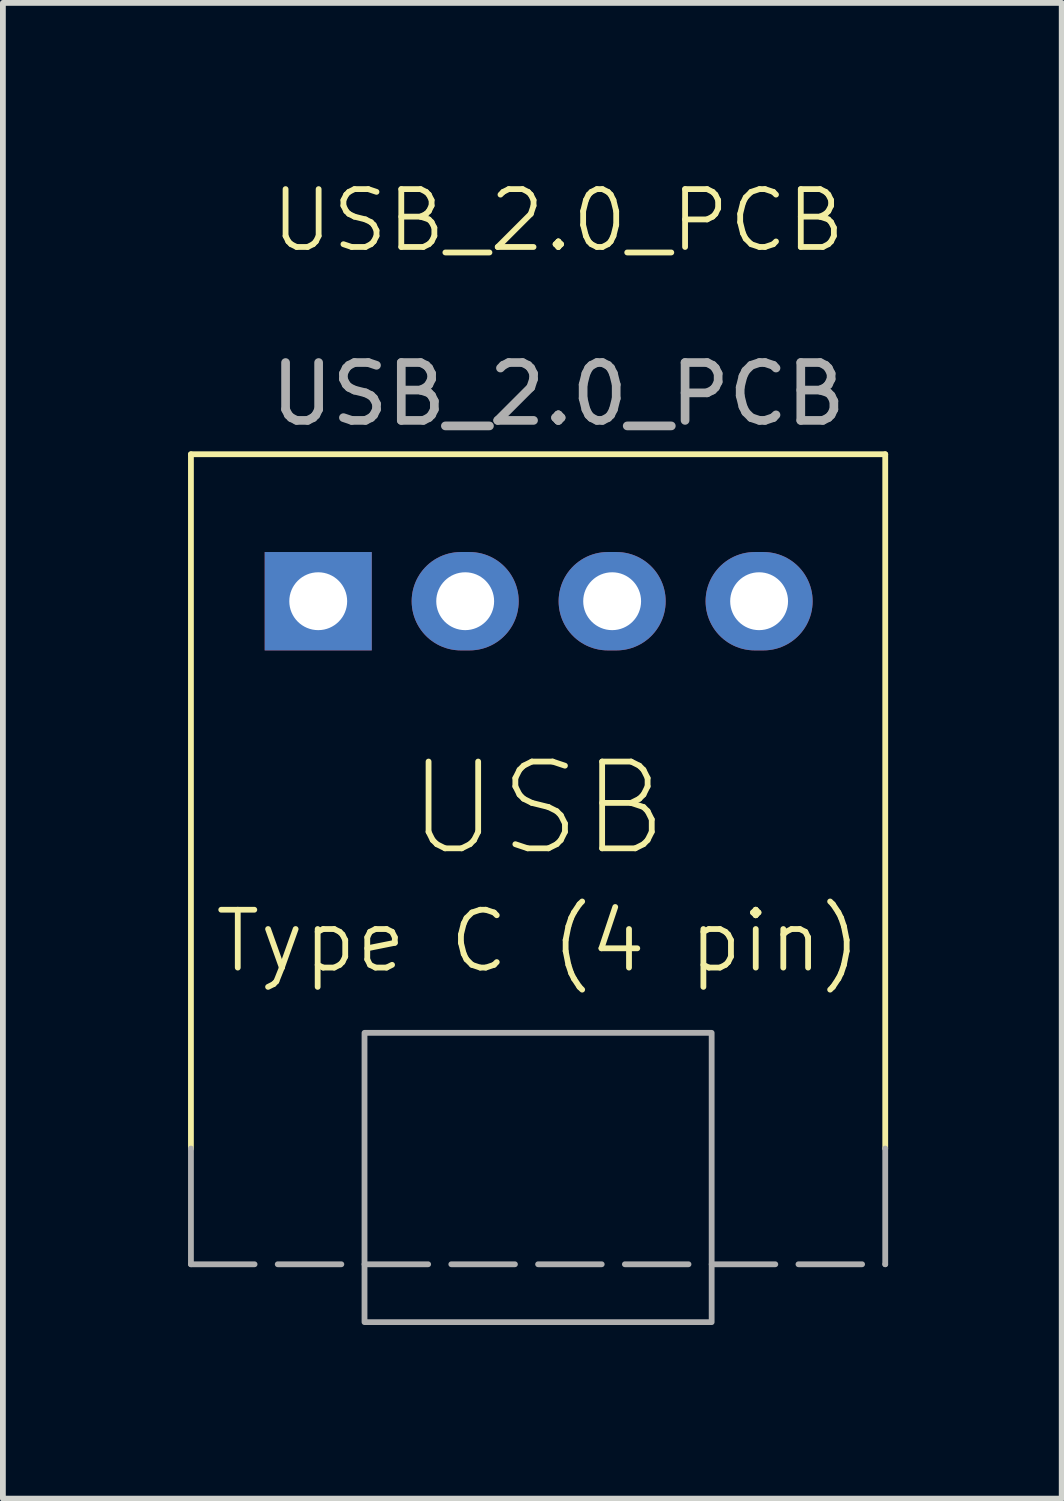
<source format=kicad_pcb>
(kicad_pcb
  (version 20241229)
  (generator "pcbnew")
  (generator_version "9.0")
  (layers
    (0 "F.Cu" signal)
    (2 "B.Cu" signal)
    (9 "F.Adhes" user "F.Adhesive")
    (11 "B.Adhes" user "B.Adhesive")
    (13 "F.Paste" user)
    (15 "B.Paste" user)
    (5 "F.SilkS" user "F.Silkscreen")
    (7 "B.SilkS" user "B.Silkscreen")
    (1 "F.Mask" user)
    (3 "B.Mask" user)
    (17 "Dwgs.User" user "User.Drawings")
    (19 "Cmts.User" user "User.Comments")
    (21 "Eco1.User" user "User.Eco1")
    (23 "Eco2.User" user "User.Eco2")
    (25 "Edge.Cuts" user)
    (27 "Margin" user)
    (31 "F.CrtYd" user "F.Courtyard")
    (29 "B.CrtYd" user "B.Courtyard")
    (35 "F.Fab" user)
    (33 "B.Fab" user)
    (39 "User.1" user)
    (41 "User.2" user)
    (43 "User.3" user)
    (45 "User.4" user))
  (footprint "USB_2.0_PCB"
    (layer "F.Cu")
    (at 0.25 4.801)
    (property "Reference" "USB_2.0_PCB" (at 6.35 -4.04 0) (unlocked yes) (layer "F.SilkS") (effects (font (size 1 1) (thickness 0.1))))
    (attr through_hole)
    (fp_line (start 0 0) (end 12 0) (stroke (width 0.1) (type default)) (layer "F.SilkS"))
    (fp_line (start 0 12) (end 0 0) (stroke (width 0.1) (type default)) (layer "F.SilkS"))
    (fp_line (start 12 0) (end 12 12) (stroke (width 0.1) (type default)) (layer "F.SilkS"))
    (fp_line (start 0 14) (end 0 12) (stroke (width 0.1) (type solid)) (layer "F.Fab"))
    (fp_line (start 0 14) (end 12 14) (stroke (width 0.1) (type dash)) (layer "F.Fab"))
    (fp_line (start 12 14) (end 12 12) (stroke (width 0.1) (type solid)) (layer "F.Fab"))
    (fp_rect (start 3 10) (end 9 15) (stroke (width 0.1) (type default)) (fill no) (layer "F.Fab"))
    (fp_text user "Type C (4 pin)" (at 6 9 0) (unlocked yes) (layer "F.SilkS") (effects (font (size 1 1) (thickness 0.1)) (justify bottom)))
    (fp_text user "USB" (at 6 7 0) (unlocked yes) (layer "F.SilkS") (effects (font (size 1.5 1.5) (thickness 0.1)) (justify bottom)))
    (fp_text user "${REFERENCE}" (at 6.35 -1.04 0) (unlocked yes) (layer "F.Fab") (effects (font (size 1 1) (thickness 0.15))))
    (pad "1" thru_hole rect (at 2.2 2.54 90) (size 1.7 1.85) (drill 1) (layers "*.Cu" "*.Mask"))
    (pad "2" thru_hole oval (at 4.74 2.54 90) (size 1.7 1.85) (drill 1) (layers "*.Cu" "*.Mask"))
    (pad "3" thru_hole oval (at 7.28 2.54 90) (size 1.7 1.85) (drill 1) (layers "*.Cu" "*.Mask"))
    (pad "4" thru_hole oval (at 9.82 2.54 90) (size 1.7 1.85) (drill 1) (layers "*.Cu" "*.Mask")))
  (gr_rect
    (start -3 -3)
    (end 15.3 22.851)
    (stroke (width 0.1) (type default))
    (fill no)
    (layer "Edge.Cuts")))
</source>
